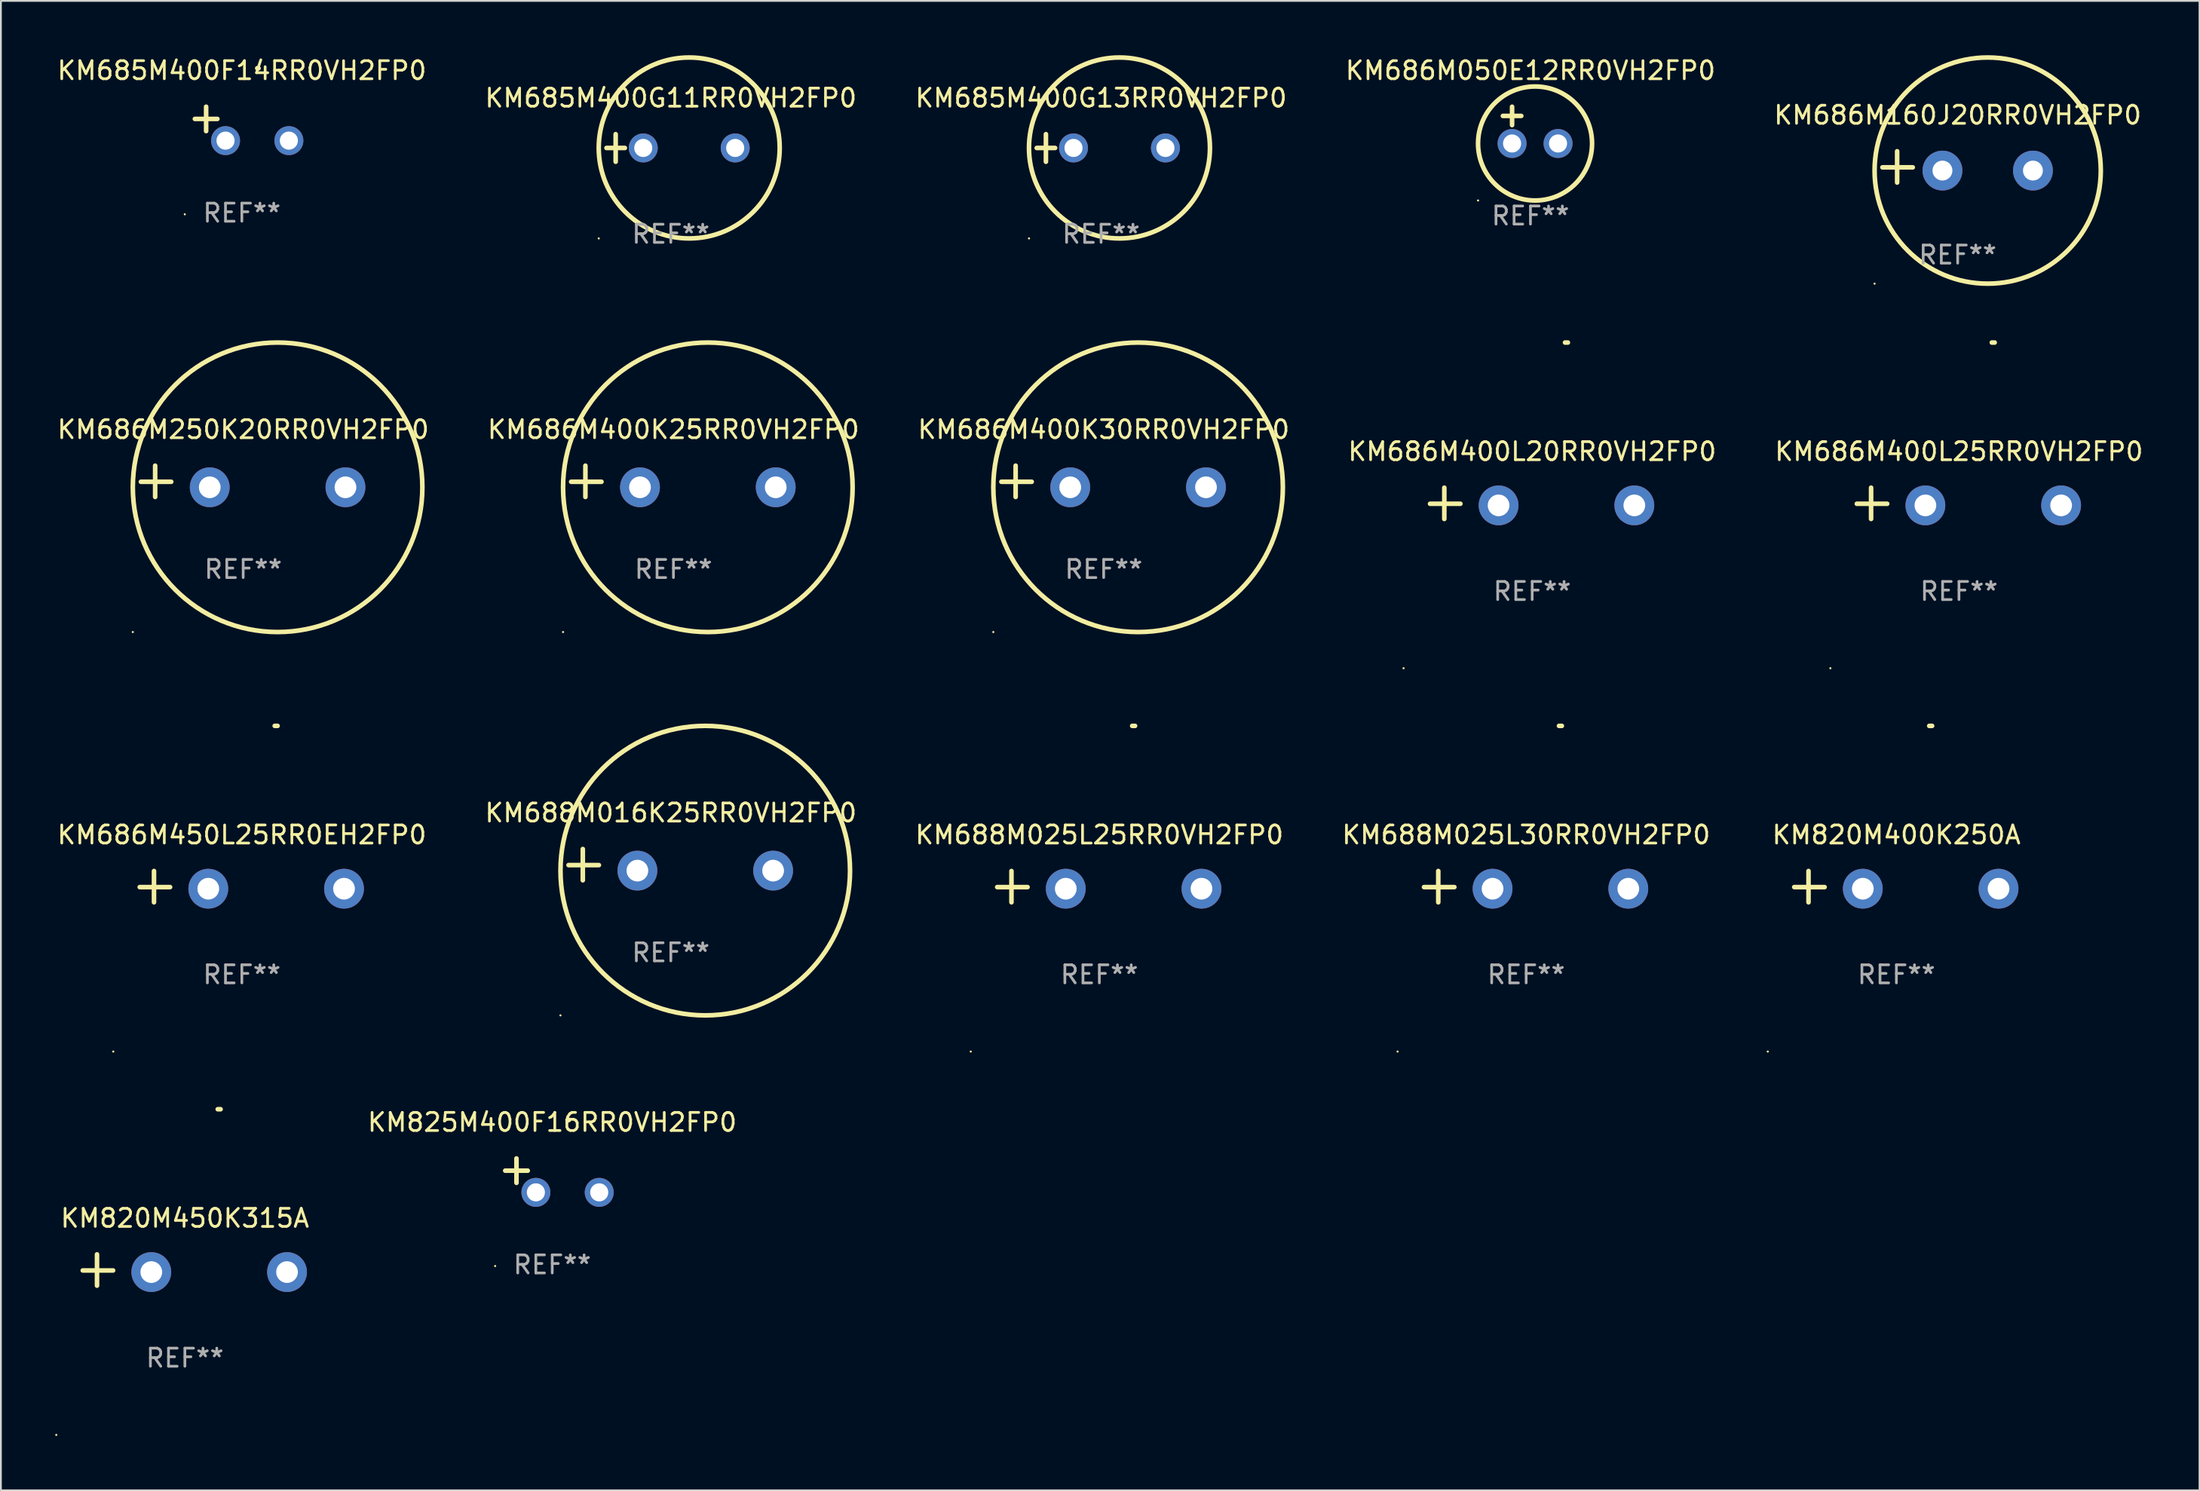
<source format=kicad_pcb>
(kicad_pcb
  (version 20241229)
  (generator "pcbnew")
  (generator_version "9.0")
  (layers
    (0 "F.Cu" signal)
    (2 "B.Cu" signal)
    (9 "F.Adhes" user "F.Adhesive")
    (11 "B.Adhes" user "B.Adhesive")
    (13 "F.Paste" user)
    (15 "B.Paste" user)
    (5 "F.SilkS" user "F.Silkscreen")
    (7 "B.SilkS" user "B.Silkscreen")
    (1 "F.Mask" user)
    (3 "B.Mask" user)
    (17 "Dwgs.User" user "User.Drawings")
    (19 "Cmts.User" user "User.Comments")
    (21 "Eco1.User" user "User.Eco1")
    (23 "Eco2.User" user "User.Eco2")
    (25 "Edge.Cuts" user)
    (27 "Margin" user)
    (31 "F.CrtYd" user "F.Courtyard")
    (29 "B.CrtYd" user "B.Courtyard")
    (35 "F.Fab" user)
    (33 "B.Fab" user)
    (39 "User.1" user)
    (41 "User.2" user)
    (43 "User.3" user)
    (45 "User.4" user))
  (footprint "KM686M160J20RR0VH2FP0"
    (layer "F.Cu")
    (at 105.125 6.174)
    (property "Reference" "KM686M160J20RR0VH2FP0" (at 0 -2.864 0) (layer "F.SilkS") (effects (font (size 1 1) (thickness 0.15))))
    (attr through_hole)
    (fp_line (start -3.346 0.864) (end -3.346 -0.864) (stroke (width 0.254) (type solid)) (layer "F.SilkS"))
    (fp_line (start -2.482 0.025) (end -4.158 0.025) (stroke (width 0.254) (type solid)) (layer "F.SilkS"))
    (fp_circle (center -4.592 6.453) (end -4.562 6.453) (stroke (width 0.06) (type solid)) (fill no) (layer "F.SilkS"))
    (fp_circle (center 1.658 0.203) (end 7.908 0.203) (stroke (width 0.254) (type solid)) (fill no) (layer "F.SilkS"))
    (fp_text user "REF**" (at 0 4.864 0) (layer "F.Fab") (effects (font (size 1 1) (thickness 0.15))))
    (pad "1" thru_hole circle (at -0.842 0.203) (size 2.2 2.2) (drill 1.1) (layers "*.Cu" "*.Mask"))
    (pad "2" thru_hole circle (at 4.158 0.203) (size 2.2 2.2) (drill 1.1) (layers "*.Cu" "*.Mask")))
  (footprint "KM686M450L25RR0EH2FP0"
    (layer "F.Cu")
    (at 10.315 45.953)
    (property "Reference" "KM686M450L25RR0EH2FP0" (at 0 -2.864 0) (layer "F.SilkS") (effects (font (size 1 1) (thickness 0.15))))
    (attr through_hole)
    (fp_line (start -4.856 0.864) (end -4.856 -0.864) (stroke (width 0.254) (type solid)) (layer "F.SilkS"))
    (fp_line (start -3.967 0.025) (end -5.644 0.025) (stroke (width 0.254) (type solid)) (layer "F.SilkS"))
    (fp_arc (start 1.815024 -8.885649) (mid 1.893764 -8.88599) (end 1.972504 -8.885649) (stroke (width 0.254001) (type solid)) (layer "F.SilkS"))
    (fp_circle (center -7.106 9.114) (end -7.076 9.114) (stroke (width 0.06) (type solid)) (fill no) (layer "F.SilkS"))
    (fp_text user "REF**" (at 0 4.864 0) (layer "F.Fab") (effects (font (size 1 1) (thickness 0.15))))
    (pad "1" thru_hole circle (at -1.856 0.114) (size 2.2 2.2) (drill 1.2) (layers "*.Cu" "*.Mask"))
    (pad "2" thru_hole circle (at 5.644 0.114) (size 2.2 2.2) (drill 1.2) (layers "*.Cu" "*.Mask")))
  (footprint "KM686M400K25RR0VH2FP0"
    (layer "F.Cu")
    (at 34.161 23.551)
    (property "Reference" "KM686M400K25RR0VH2FP0" (at 0 -2.864 0) (layer "F.SilkS") (effects (font (size 1 1) (thickness 0.15))))
    (attr through_hole)
    (fp_line (start -4.864 0.864) (end -4.864 -0.864) (stroke (width 0.254) (type solid)) (layer "F.SilkS"))
    (fp_line (start -3.975 0.025) (end -5.652 0.025) (stroke (width 0.254) (type solid)) (layer "F.SilkS"))
    (fp_circle (center -6.098 8.33) (end -6.068 8.33) (stroke (width 0.06) (type solid)) (fill no) (layer "F.SilkS"))
    (fp_circle (center 1.902 0.33) (end 9.902 0.33) (stroke (width 0.254) (type solid)) (fill no) (layer "F.SilkS"))
    (fp_text user "REF**" (at 0 4.864 0) (layer "F.Fab") (effects (font (size 1 1) (thickness 0.15))))
    (pad "1" thru_hole circle (at -1.848 0.33) (size 2.2 2.2) (drill 1.2) (layers "*.Cu" "*.Mask"))
    (pad "2" thru_hole circle (at 5.652 0.33) (size 2.2 2.2) (drill 1.2) (layers "*.Cu" "*.Mask")))
  (footprint "KM825M400F16RR0VH2FP0"
    (layer "F.Cu")
    (at 27.464 61.912)
    (property "Reference" "KM825M400F16RR0VH2FP0" (at 0 -2.937 0) (layer "F.SilkS") (effects (font (size 1 1) (thickness 0.15))))
    (attr through_hole)
    (fp_line (start -1.975 0.41) (end -1.975 -0.937) (stroke (width 0.254) (type solid)) (layer "F.SilkS"))
    (fp_line (start -1.353 -0.263) (end -2.597 -0.263) (stroke (width 0.254) (type solid)) (layer "F.SilkS"))
    (fp_arc (start 0.849809 -3.063957) (mid 0.885369 -3.064114) (end 0.920929 -3.063957) (stroke (width 0.254001) (type solid)) (layer "F.SilkS"))
    (fp_circle (center -3.154 5.008) (end -3.124 5.008) (stroke (width 0.06) (type solid)) (fill no) (layer "F.SilkS"))
    (fp_text user "REF**" (at 0 4.937 0) (layer "F.Fab") (effects (font (size 1 1) (thickness 0.15))))
    (pad "1" thru_hole circle (at -0.903 0.937) (size 1.6 1.6) (drill 1) (layers "*.Cu" "*.Mask"))
    (pad "2" thru_hole circle (at 2.597 0.937) (size 1.6 1.6) (drill 1) (layers "*.Cu" "*.Mask")))
  (footprint "KM688M016K25RR0VH2FP0"
    (layer "F.Cu")
    (at 34.018 44.737)
    (property "Reference" "KM688M016K25RR0VH2FP0" (at 0 -2.864 0) (layer "F.SilkS") (effects (font (size 1 1) (thickness 0.15))))
    (attr through_hole)
    (fp_line (start -4.864 0.864) (end -4.864 -0.864) (stroke (width 0.254) (type solid)) (layer "F.SilkS"))
    (fp_line (start -3.975 0.025) (end -5.652 0.025) (stroke (width 0.254) (type solid)) (layer "F.SilkS"))
    (fp_circle (center -6.098 8.33) (end -6.068 8.33) (stroke (width 0.06) (type solid)) (fill no) (layer "F.SilkS"))
    (fp_circle (center 1.902 0.33) (end 9.902 0.33) (stroke (width 0.254) (type solid)) (fill no) (layer "F.SilkS"))
    (fp_text user "REF**" (at 0 4.864 0) (layer "F.Fab") (effects (font (size 1 1) (thickness 0.15))))
    (pad "1" thru_hole circle (at -1.848 0.33) (size 2.2 2.2) (drill 1.2) (layers "*.Cu" "*.Mask"))
    (pad "2" thru_hole circle (at 5.652 0.33) (size 2.2 2.2) (drill 1.2) (layers "*.Cu" "*.Mask")))
  (footprint "KM686M400K30RR0VH2FP0"
    (layer "F.Cu")
    (at 57.935 23.551)
    (property "Reference" "KM686M400K30RR0VH2FP0" (at 0 -2.864 0) (layer "F.SilkS") (effects (font (size 1 1) (thickness 0.15))))
    (attr through_hole)
    (fp_line (start -4.864 0.864) (end -4.864 -0.864) (stroke (width 0.254) (type solid)) (layer "F.SilkS"))
    (fp_line (start -3.975 0.025) (end -5.652 0.025) (stroke (width 0.254) (type solid)) (layer "F.SilkS"))
    (fp_circle (center -6.098 8.33) (end -6.068 8.33) (stroke (width 0.06) (type solid)) (fill no) (layer "F.SilkS"))
    (fp_circle (center 1.902 0.33) (end 9.902 0.33) (stroke (width 0.254) (type solid)) (fill no) (layer "F.SilkS"))
    (fp_text user "REF**" (at 0 4.864 0) (layer "F.Fab") (effects (font (size 1 1) (thickness 0.15))))
    (pad "1" thru_hole circle (at -1.848 0.33) (size 2.2 2.2) (drill 1.2) (layers "*.Cu" "*.Mask"))
    (pad "2" thru_hole circle (at 5.652 0.33) (size 2.2 2.2) (drill 1.2) (layers "*.Cu" "*.Mask")))
  (footprint "KM685M400F14RR0VH2FP0"
    (layer "F.Cu")
    (at 10.315 3.785)
    (property "Reference" "KM685M400F14RR0VH2FP0" (at 0 -2.937 0) (layer "F.SilkS") (effects (font (size 1 1) (thickness 0.15))))
    (attr through_hole)
    (fp_line (start -1.975 0.41) (end -1.975 -0.937) (stroke (width 0.254) (type solid)) (layer "F.SilkS"))
    (fp_line (start -1.353 -0.263) (end -2.597 -0.263) (stroke (width 0.254) (type solid)) (layer "F.SilkS"))
    (fp_arc (start 0.849809 -3.063957) (mid 0.885369 -3.064114) (end 0.920929 -3.063957) (stroke (width 0.254001) (type solid)) (layer "F.SilkS"))
    (fp_circle (center -3.154 5.008) (end -3.124 5.008) (stroke (width 0.06) (type solid)) (fill no) (layer "F.SilkS"))
    (fp_text user "REF**" (at 0 4.937 0) (layer "F.Fab") (effects (font (size 1 1) (thickness 0.15))))
    (pad "1" thru_hole circle (at -0.903 0.937) (size 1.6 1.6) (drill 1) (layers "*.Cu" "*.Mask"))
    (pad "2" thru_hole circle (at 2.597 0.937) (size 1.6 1.6) (drill 1) (layers "*.Cu" "*.Mask")))
  (footprint "KM686M250K20RR0VH2FP0"
    (layer "F.Cu")
    (at 10.387 23.551)
    (property "Reference" "KM686M250K20RR0VH2FP0" (at 0 -2.864 0) (layer "F.SilkS") (effects (font (size 1 1) (thickness 0.15))))
    (attr through_hole)
    (fp_line (start -4.864 0.864) (end -4.864 -0.864) (stroke (width 0.254) (type solid)) (layer "F.SilkS"))
    (fp_line (start -3.975 0.025) (end -5.652 0.025) (stroke (width 0.254) (type solid)) (layer "F.SilkS"))
    (fp_circle (center -6.098 8.33) (end -6.068 8.33) (stroke (width 0.06) (type solid)) (fill no) (layer "F.SilkS"))
    (fp_circle (center 1.902 0.33) (end 9.902 0.33) (stroke (width 0.254) (type solid)) (fill no) (layer "F.SilkS"))
    (fp_text user "REF**" (at 0 4.864 0) (layer "F.Fab") (effects (font (size 1 1) (thickness 0.15))))
    (pad "1" thru_hole circle (at -1.848 0.33) (size 2.2 2.2) (drill 1.2) (layers "*.Cu" "*.Mask"))
    (pad "2" thru_hole circle (at 5.652 0.33) (size 2.2 2.2) (drill 1.2) (layers "*.Cu" "*.Mask")))
  (footprint "KM688M025L25RR0VH2FP0"
    (layer "F.Cu")
    (at 57.696 45.953)
    (property "Reference" "KM688M025L25RR0VH2FP0" (at 0 -2.864 0) (layer "F.SilkS") (effects (font (size 1 1) (thickness 0.15))))
    (attr through_hole)
    (fp_line (start -4.856 0.864) (end -4.856 -0.864) (stroke (width 0.254) (type solid)) (layer "F.SilkS"))
    (fp_line (start -3.967 0.025) (end -5.644 0.025) (stroke (width 0.254) (type solid)) (layer "F.SilkS"))
    (fp_arc (start 1.815024 -8.885649) (mid 1.893764 -8.88599) (end 1.972504 -8.885649) (stroke (width 0.254001) (type solid)) (layer "F.SilkS"))
    (fp_circle (center -7.106 9.114) (end -7.076 9.114) (stroke (width 0.06) (type solid)) (fill no) (layer "F.SilkS"))
    (fp_text user "REF**" (at 0 4.864 0) (layer "F.Fab") (effects (font (size 1 1) (thickness 0.15))))
    (pad "1" thru_hole circle (at -1.856 0.114) (size 2.2 2.2) (drill 1.2) (layers "*.Cu" "*.Mask"))
    (pad "2" thru_hole circle (at 5.644 0.114) (size 2.2 2.2) (drill 1.2) (layers "*.Cu" "*.Mask")))
  (footprint "KM820M400K250A"
    (layer "F.Cu")
    (at 101.738 45.953)
    (property "Reference" "KM820M400K250A" (at 0 -2.864 0) (layer "F.SilkS") (effects (font (size 1 1) (thickness 0.15))))
    (attr through_hole)
    (fp_line (start -4.856 0.864) (end -4.856 -0.864) (stroke (width 0.254) (type solid)) (layer "F.SilkS"))
    (fp_line (start -3.967 0.025) (end -5.644 0.025) (stroke (width 0.254) (type solid)) (layer "F.SilkS"))
    (fp_arc (start 1.815024 -8.885649) (mid 1.893764 -8.88599) (end 1.972504 -8.885649) (stroke (width 0.254001) (type solid)) (layer "F.SilkS"))
    (fp_circle (center -7.106 9.114) (end -7.076 9.114) (stroke (width 0.06) (type solid)) (fill no) (layer "F.SilkS"))
    (fp_text user "REF**" (at 0 4.864 0) (layer "F.Fab") (effects (font (size 1 1) (thickness 0.15))))
    (pad "1" thru_hole circle (at -1.856 0.114) (size 2.2 2.2) (drill 1.2) (layers "*.Cu" "*.Mask"))
    (pad "2" thru_hole circle (at 5.644 0.114) (size 2.2 2.2) (drill 1.2) (layers "*.Cu" "*.Mask")))
  (footprint "KM820M450K315A"
    (layer "F.Cu")
    (at 7.166 67.14)
    (property "Reference" "KM820M450K315A" (at 0 -2.864 0) (layer "F.SilkS") (effects (font (size 1 1) (thickness 0.15))))
    (attr through_hole)
    (fp_line (start -4.856 0.864) (end -4.856 -0.864) (stroke (width 0.254) (type solid)) (layer "F.SilkS"))
    (fp_line (start -3.967 0.025) (end -5.644 0.025) (stroke (width 0.254) (type solid)) (layer "F.SilkS"))
    (fp_arc (start 1.815024 -8.885649) (mid 1.893764 -8.88599) (end 1.972504 -8.885649) (stroke (width 0.254001) (type solid)) (layer "F.SilkS"))
    (fp_circle (center -7.106 9.114) (end -7.076 9.114) (stroke (width 0.06) (type solid)) (fill no) (layer "F.SilkS"))
    (fp_text user "REF**" (at 0 4.864 0) (layer "F.Fab") (effects (font (size 1 1) (thickness 0.15))))
    (pad "1" thru_hole circle (at -1.856 0.114) (size 2.2 2.2) (drill 1.2) (layers "*.Cu" "*.Mask"))
    (pad "2" thru_hole circle (at 5.644 0.114) (size 2.2 2.2) (drill 1.2) (layers "*.Cu" "*.Mask")))
  (footprint "KM686M400L20RR0VH2FP0"
    (layer "F.Cu")
    (at 81.613 24.767)
    (property "Reference" "KM686M400L20RR0VH2FP0" (at 0 -2.864 0) (layer "F.SilkS") (effects (font (size 1 1) (thickness 0.15))))
    (attr through_hole)
    (fp_line (start -4.856 0.864) (end -4.856 -0.864) (stroke (width 0.254) (type solid)) (layer "F.SilkS"))
    (fp_line (start -3.967 0.025) (end -5.644 0.025) (stroke (width 0.254) (type solid)) (layer "F.SilkS"))
    (fp_arc (start 1.815024 -8.885649) (mid 1.893764 -8.88599) (end 1.972504 -8.885649) (stroke (width 0.254001) (type solid)) (layer "F.SilkS"))
    (fp_circle (center -7.106 9.114) (end -7.076 9.114) (stroke (width 0.06) (type solid)) (fill no) (layer "F.SilkS"))
    (fp_text user "REF**" (at 0 4.864 0) (layer "F.Fab") (effects (font (size 1 1) (thickness 0.15))))
    (pad "1" thru_hole circle (at -1.856 0.114) (size 2.2 2.2) (drill 1.2) (layers "*.Cu" "*.Mask"))
    (pad "2" thru_hole circle (at 5.644 0.114) (size 2.2 2.2) (drill 1.2) (layers "*.Cu" "*.Mask")))
  (footprint "KM685M400G11RR0VH2FP0"
    (layer "F.Cu")
    (at 34.018 5.127)
    (property "Reference" "KM685M400G11RR0VH2FP0" (at 0 -2.762 0) (layer "F.SilkS") (effects (font (size 1 1) (thickness 0.15))))
    (attr through_hole)
    (fp_line (start -3.556 0) (end -2.54 0) (stroke (width 0.254) (type solid)) (layer "F.SilkS"))
    (fp_line (start -3.048 -0.762) (end -3.048 0.762) (stroke (width 0.254) (type solid)) (layer "F.SilkS"))
    (fp_circle (center -3.984 5) (end -3.954 5) (stroke (width 0.06) (type solid)) (fill no) (layer "F.SilkS"))
    (fp_circle (center 1.016 0) (end 6.016 0) (stroke (width 0.254) (type solid)) (fill no) (layer "F.SilkS"))
    (fp_text user "REF**" (at 0 4.762 0) (layer "F.Fab") (effects (font (size 1 1) (thickness 0.15))))
    (pad "1" thru_hole circle (at -1.524 0) (size 1.6 1.6) (drill 1) (layers "*.Cu" "*.Mask"))
    (pad "2" thru_hole circle (at 3.556 0) (size 1.6 1.6) (drill 1) (layers "*.Cu" "*.Mask")))
  (footprint "KM686M400L25RR0VH2FP0"
    (layer "F.Cu")
    (at 105.196 24.767)
    (property "Reference" "KM686M400L25RR0VH2FP0" (at 0 -2.864 0) (layer "F.SilkS") (effects (font (size 1 1) (thickness 0.15))))
    (attr through_hole)
    (fp_line (start -4.856 0.864) (end -4.856 -0.864) (stroke (width 0.254) (type solid)) (layer "F.SilkS"))
    (fp_line (start -3.967 0.025) (end -5.644 0.025) (stroke (width 0.254) (type solid)) (layer "F.SilkS"))
    (fp_arc (start 1.815024 -8.885649) (mid 1.893764 -8.88599) (end 1.972504 -8.885649) (stroke (width 0.254001) (type solid)) (layer "F.SilkS"))
    (fp_circle (center -7.106 9.114) (end -7.076 9.114) (stroke (width 0.06) (type solid)) (fill no) (layer "F.SilkS"))
    (fp_text user "REF**" (at 0 4.864 0) (layer "F.Fab") (effects (font (size 1 1) (thickness 0.15))))
    (pad "1" thru_hole circle (at -1.856 0.114) (size 2.2 2.2) (drill 1.2) (layers "*.Cu" "*.Mask"))
    (pad "2" thru_hole circle (at 5.644 0.114) (size 2.2 2.2) (drill 1.2) (layers "*.Cu" "*.Mask")))
  (footprint "KM685M400G13RR0VH2FP0"
    (layer "F.Cu")
    (at 57.792 5.127)
    (property "Reference" "KM685M400G13RR0VH2FP0" (at 0 -2.762 0) (layer "F.SilkS") (effects (font (size 1 1) (thickness 0.15))))
    (attr through_hole)
    (fp_line (start -3.556 0) (end -2.54 0) (stroke (width 0.254) (type solid)) (layer "F.SilkS"))
    (fp_line (start -3.048 -0.762) (end -3.048 0.762) (stroke (width 0.254) (type solid)) (layer "F.SilkS"))
    (fp_circle (center -3.984 5) (end -3.954 5) (stroke (width 0.06) (type solid)) (fill no) (layer "F.SilkS"))
    (fp_circle (center 1.016 0) (end 6.016 0) (stroke (width 0.254) (type solid)) (fill no) (layer "F.SilkS"))
    (fp_text user "REF**" (at 0 4.762 0) (layer "F.Fab") (effects (font (size 1 1) (thickness 0.15))))
    (pad "1" thru_hole circle (at -1.524 0) (size 1.6 1.6) (drill 1) (layers "*.Cu" "*.Mask"))
    (pad "2" thru_hole circle (at 3.556 0) (size 1.6 1.6) (drill 1) (layers "*.Cu" "*.Mask")))
  (footprint "KM688M025L30RR0VH2FP0"
    (layer "F.Cu")
    (at 81.28 45.953)
    (property "Reference" "KM688M025L30RR0VH2FP0" (at 0 -2.864 0) (layer "F.SilkS") (effects (font (size 1 1) (thickness 0.15))))
    (attr through_hole)
    (fp_line (start -4.856 0.864) (end -4.856 -0.864) (stroke (width 0.254) (type solid)) (layer "F.SilkS"))
    (fp_line (start -3.967 0.025) (end -5.644 0.025) (stroke (width 0.254) (type solid)) (layer "F.SilkS"))
    (fp_arc (start 1.815024 -8.885649) (mid 1.893764 -8.88599) (end 1.972504 -8.885649) (stroke (width 0.254001) (type solid)) (layer "F.SilkS"))
    (fp_circle (center -7.106 9.114) (end -7.076 9.114) (stroke (width 0.06) (type solid)) (fill no) (layer "F.SilkS"))
    (fp_text user "REF**" (at 0 4.864 0) (layer "F.Fab") (effects (font (size 1 1) (thickness 0.15))))
    (pad "1" thru_hole circle (at -1.856 0.114) (size 2.2 2.2) (drill 1.2) (layers "*.Cu" "*.Mask"))
    (pad "2" thru_hole circle (at 5.644 0.114) (size 2.2 2.2) (drill 1.2) (layers "*.Cu" "*.Mask")))
  (footprint "KM686M050E12RR0VH2FP0"
    (layer "F.Cu")
    (at 81.518 3.864)
    (property "Reference" "KM686M050E12RR0VH2FP0" (at 0 -3.016 0) (layer "F.SilkS") (effects (font (size 1 1) (thickness 0.15))))
    (attr through_hole)
    (fp_line (start -1.524 -0.508) (end -0.508 -0.508) (stroke (width 0.254) (type solid)) (layer "F.SilkS"))
    (fp_line (start -1.016 -1.016) (end -1.016 0) (stroke (width 0.254) (type solid)) (layer "F.SilkS"))
    (fp_circle (center -2.896 4.166) (end -2.866 4.166) (stroke (width 0.06) (type solid)) (fill no) (layer "F.SilkS"))
    (fp_circle (center 0.254 1.016) (end 3.404 1.016) (stroke (width 0.254) (type solid)) (fill no) (layer "F.SilkS"))
    (fp_text user "REF**" (at 0 5.016 0) (layer "F.Fab") (effects (font (size 1 1) (thickness 0.15))))
    (pad "1" thru_hole circle (at -1.016 1.016) (size 1.6 1.6) (drill 1) (layers "*.Cu" "*.Mask"))
    (pad "2" thru_hole circle (at 1.524 1.016) (size 1.6 1.6) (drill 1) (layers "*.Cu" "*.Mask")))
  (gr_rect
    (start -3 -3)
    (end 118.488 79.314)
    (stroke (width 0.1) (type default))
    (fill no)
    (layer "Edge.Cuts")))
</source>
